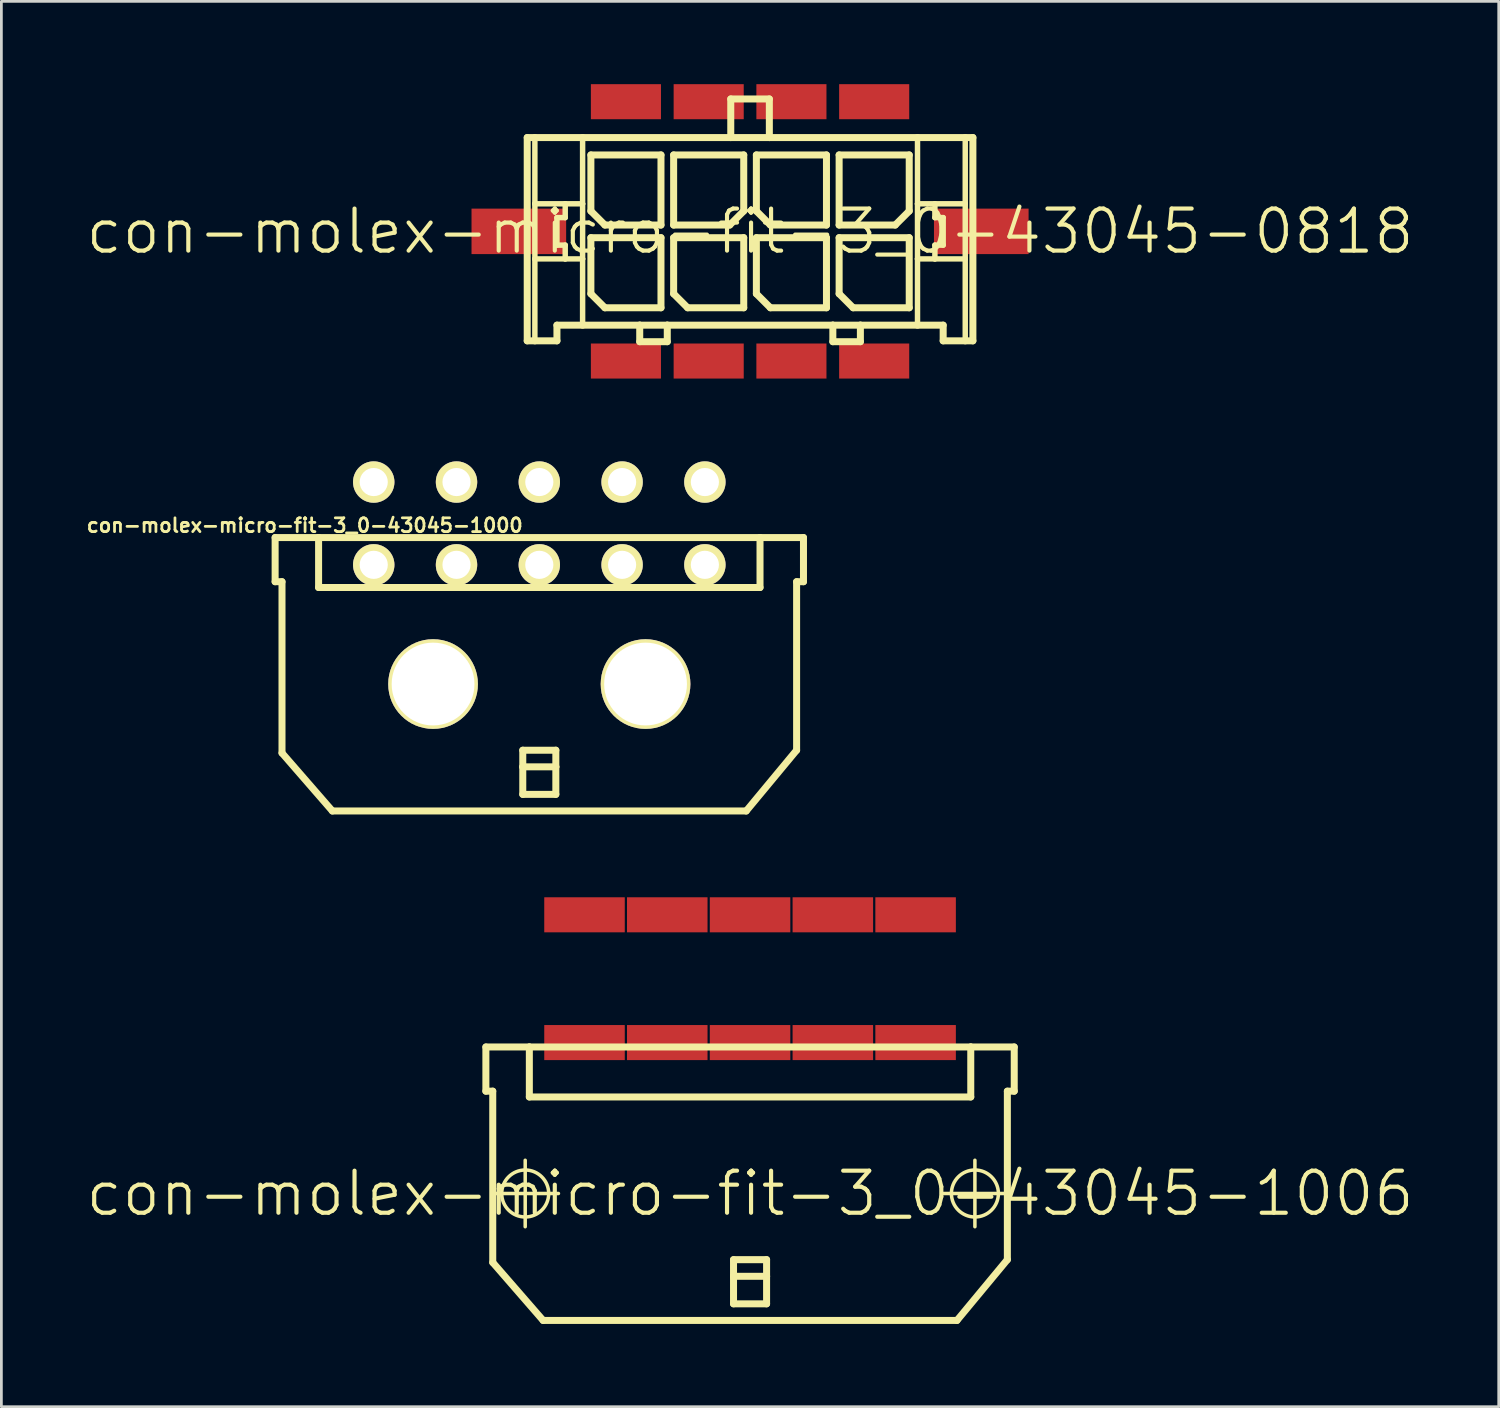
<source format=kicad_pcb>
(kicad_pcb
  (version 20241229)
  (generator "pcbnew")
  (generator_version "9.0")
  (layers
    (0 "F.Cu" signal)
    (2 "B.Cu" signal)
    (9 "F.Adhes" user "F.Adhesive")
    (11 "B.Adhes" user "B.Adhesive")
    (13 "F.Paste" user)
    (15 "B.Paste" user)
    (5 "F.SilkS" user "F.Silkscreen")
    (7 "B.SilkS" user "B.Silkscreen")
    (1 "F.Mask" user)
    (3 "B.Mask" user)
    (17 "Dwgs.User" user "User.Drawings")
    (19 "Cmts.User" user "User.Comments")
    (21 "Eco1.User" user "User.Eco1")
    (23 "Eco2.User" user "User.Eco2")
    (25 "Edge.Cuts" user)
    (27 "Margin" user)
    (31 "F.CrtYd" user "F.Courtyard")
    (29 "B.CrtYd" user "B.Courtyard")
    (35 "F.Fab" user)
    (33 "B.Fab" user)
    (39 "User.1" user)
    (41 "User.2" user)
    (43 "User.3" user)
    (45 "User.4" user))
  (footprint "con-molex-micro-fit-3_0-43045-1000"
    (layer "F.Cu")
    (at 16.493 21.738)
    (property "Reference" "con-molex-micro-fit-3_0-43045-1000" (at -8.5 -5.75 0) (layer "F.SilkS") (effects (font (size 0.5 0.5) (thickness 0.1))))
    (attr exclude_from_pos_files exclude_from_bom)
    (fp_line (start -9.573 -5.309) (end -9.573 -3.708) (stroke (width 0.254) (type solid)) (layer "F.SilkS"))
    (fp_line (start -9.573 -3.708) (end -9.324 -3.708) (stroke (width 0.254) (type solid)) (layer "F.SilkS"))
    (fp_line (start -9.324 2.499) (end -9.324 -3.708) (stroke (width 0.254) (type solid)) (layer "F.SilkS"))
    (fp_line (start -9.324 2.499) (end -7.498 4.6) (stroke (width 0.254) (type solid)) (layer "F.SilkS"))
    (fp_line (start -7.998 -5.309) (end -9.573 -5.309) (stroke (width 0.254) (type solid)) (layer "F.SilkS"))
    (fp_line (start -7.998 -5.309) (end -7.998 -3.498) (stroke (width 0.254) (type solid)) (layer "F.SilkS"))
    (fp_line (start -7.998 -5.309) (end 7.998 -5.309) (stroke (width 0.254) (type solid)) (layer "F.SilkS"))
    (fp_line (start -7.998 -3.498) (end 7.998 -3.498) (stroke (width 0.254) (type solid)) (layer "F.SilkS"))
    (fp_line (start -4.829 -5.309) (end -7.998 -5.309) (stroke (width 0.127) (type solid)) (layer "F.SilkS"))
    (fp_line (start -4.823 -5.309) (end -7.998 -5.309) (stroke (width 0.127) (type solid)) (layer "F.SilkS"))
    (fp_line (start -0.599 2.398) (end 0.599 2.398) (stroke (width 0.254) (type solid)) (layer "F.SilkS"))
    (fp_line (start -0.599 3) (end -0.599 2.398) (stroke (width 0.254) (type solid)) (layer "F.SilkS"))
    (fp_line (start -0.599 3) (end 0.599 3) (stroke (width 0.254) (type solid)) (layer "F.SilkS"))
    (fp_line (start -0.599 3.998) (end -0.599 3) (stroke (width 0.254) (type solid)) (layer "F.SilkS"))
    (fp_line (start 0.599 2.398) (end 0.599 3) (stroke (width 0.254) (type solid)) (layer "F.SilkS"))
    (fp_line (start 0.599 3) (end 0.599 3.998) (stroke (width 0.254) (type solid)) (layer "F.SilkS"))
    (fp_line (start 0.599 3.998) (end -0.599 3.998) (stroke (width 0.254) (type solid)) (layer "F.SilkS"))
    (fp_line (start 7.498 4.6) (end -7.498 4.6) (stroke (width 0.254) (type solid)) (layer "F.SilkS"))
    (fp_line (start 7.998 -5.309) (end 9.573 -5.309) (stroke (width 0.254) (type solid)) (layer "F.SilkS"))
    (fp_line (start 7.998 -3.498) (end 7.998 -5.309) (stroke (width 0.254) (type solid)) (layer "F.SilkS"))
    (fp_line (start 9.324 -3.708) (end 9.324 2.398) (stroke (width 0.254) (type solid)) (layer "F.SilkS"))
    (fp_line (start 9.324 2.398) (end 7.498 4.6) (stroke (width 0.254) (type solid)) (layer "F.SilkS"))
    (fp_line (start 9.573 -5.309) (end 9.573 -3.708) (stroke (width 0.254) (type solid)) (layer "F.SilkS"))
    (fp_line (start 9.573 -3.708) (end 9.324 -3.708) (stroke (width 0.254) (type solid)) (layer "F.SilkS"))
    (pad "1" thru_hole circle (at 6 -4.32) (size 1.5 1.5) (drill 1.02) (layers "*.Cu" "F.Mask" "F.SilkS" "F.Paste"))
    (pad "2" thru_hole circle (at 3 -4.32) (size 1.5 1.5) (drill 1.02) (layers "*.Cu" "F.Mask" "F.SilkS" "F.Paste"))
    (pad "3" thru_hole circle (at 0 -4.32) (size 1.5 1.5) (drill 1.02) (layers "*.Cu" "F.Mask" "F.SilkS" "F.Paste"))
    (pad "4" thru_hole circle (at -3 -4.32) (size 1.5 1.5) (drill 1.02) (layers "*.Cu" "F.Mask" "F.SilkS" "F.Paste"))
    (pad "5" thru_hole circle (at -6 -4.32) (size 1.5 1.5) (drill 1.02) (layers "*.Cu" "F.Mask" "F.SilkS" "F.Paste"))
    (pad "6" thru_hole circle (at 6 -7.32) (size 1.5 1.5) (drill 1.02) (layers "*.Cu" "F.Mask" "F.SilkS" "F.Paste"))
    (pad "7" thru_hole circle (at 3 -7.32) (size 1.5 1.5) (drill 1.02) (layers "*.Cu" "F.Mask" "F.SilkS" "F.Paste"))
    (pad "8" thru_hole circle (at 0 -7.32) (size 1.5 1.5) (drill 1.02) (layers "*.Cu" "F.Mask" "F.SilkS" "F.Paste"))
    (pad "9" thru_hole circle (at -3 -7.32) (size 1.5 1.5) (drill 1.02) (layers "*.Cu" "F.Mask" "F.SilkS" "F.Paste"))
    (pad "10" thru_hole circle (at -6 -7.32) (size 1.5 1.5) (drill 1.02) (layers "*.Cu" "F.Mask" "F.SilkS" "F.Paste"))
    (pad "TAB" thru_hole circle (at -3.85 0) (size 3.25 3.25) (drill 3) (layers "*.Cu" "F.Mask" "F.SilkS" "F.Paste"))
    (pad "TAB" thru_hole circle (at 3.85 0) (size 3.25 3.25) (drill 3) (layers "*.Cu" "F.Mask" "F.SilkS" "F.Paste")))
  (footprint "con-molex-micro-fit-3_0-43045-0818"
    (layer "F.Cu")
    (at 24.13 5.334)
    (property "Reference" "con-molex-micro-fit-3_0-43045-0818" (at 0 0 0) (layer "F.SilkS") (effects (font (size 1.524 1.524) (thickness 0.15))))
    (attr smd)
    (fp_line (start -8.075 -3.399) (end -7.798 -3.399) (stroke (width 0.254) (type solid)) (layer "F.SilkS"))
    (fp_line (start -8.075 3.967) (end -8.075 -3.399) (stroke (width 0.254) (type solid)) (layer "F.SilkS"))
    (fp_line (start -7.798 -3.399) (end -6.068 -3.399) (stroke (width 0.254) (type solid)) (layer "F.SilkS"))
    (fp_line (start -7.798 -0.998) (end -7.798 -3.399) (stroke (width 0.198) (type solid)) (layer "F.SilkS"))
    (fp_line (start -7.798 0.998) (end -7.798 -0.998) (stroke (width 0.198) (type solid)) (layer "F.SilkS"))
    (fp_line (start -7.798 3.967) (end -8.075 3.967) (stroke (width 0.254) (type solid)) (layer "F.SilkS"))
    (fp_line (start -7.798 3.967) (end -7.798 0.998) (stroke (width 0.198) (type solid)) (layer "F.SilkS"))
    (fp_line (start -6.998 -0.498) (end -6.998 0.498) (stroke (width 0.198) (type solid)) (layer "F.SilkS"))
    (fp_line (start -6.998 0.498) (end -6.698 0.498) (stroke (width 0.198) (type solid)) (layer "F.SilkS"))
    (fp_line (start -6.998 3.399) (end -6.998 3.967) (stroke (width 0.254) (type solid)) (layer "F.SilkS"))
    (fp_line (start -6.998 3.967) (end -7.798 3.967) (stroke (width 0.254) (type solid)) (layer "F.SilkS"))
    (fp_line (start -6.698 -0.998) (end -7.798 -0.998) (stroke (width 0.198) (type solid)) (layer "F.SilkS"))
    (fp_line (start -6.698 -0.998) (end -6.698 -0.498) (stroke (width 0.198) (type solid)) (layer "F.SilkS"))
    (fp_line (start -6.698 -0.498) (end -6.998 -0.498) (stroke (width 0.198) (type solid)) (layer "F.SilkS"))
    (fp_line (start -6.698 0.498) (end -6.698 0.998) (stroke (width 0.198) (type solid)) (layer "F.SilkS"))
    (fp_line (start -6.698 0.998) (end -7.798 0.998) (stroke (width 0.198) (type solid)) (layer "F.SilkS"))
    (fp_line (start -6.068 -3.399) (end -0.699 -3.399) (stroke (width 0.254) (type solid)) (layer "F.SilkS"))
    (fp_line (start -6.068 -0.998) (end -6.698 -0.998) (stroke (width 0.198) (type solid)) (layer "F.SilkS"))
    (fp_line (start -6.068 -0.998) (end -6.068 -3.399) (stroke (width 0.198) (type solid)) (layer "F.SilkS"))
    (fp_line (start -6.068 0.998) (end -6.698 0.998) (stroke (width 0.198) (type solid)) (layer "F.SilkS"))
    (fp_line (start -6.068 0.998) (end -6.068 -0.998) (stroke (width 0.198) (type solid)) (layer "F.SilkS"))
    (fp_line (start -6.068 3.399) (end -6.998 3.399) (stroke (width 0.254) (type solid)) (layer "F.SilkS"))
    (fp_line (start -6.068 3.399) (end -6.068 0.998) (stroke (width 0.198) (type solid)) (layer "F.SilkS"))
    (fp_line (start -5.768 -2.769) (end -3.228 -2.769) (stroke (width 0.254) (type solid)) (layer "F.SilkS"))
    (fp_line (start -5.768 -0.737) (end -5.768 -2.769) (stroke (width 0.254) (type solid)) (layer "F.SilkS"))
    (fp_line (start -5.768 0.229) (end -3.228 0.229) (stroke (width 0.254) (type solid)) (layer "F.SilkS"))
    (fp_line (start -5.768 2.261) (end -5.768 0.229) (stroke (width 0.254) (type solid)) (layer "F.SilkS"))
    (fp_line (start -5.26 -0.229) (end -5.768 -0.737) (stroke (width 0.254) (type solid)) (layer "F.SilkS"))
    (fp_line (start -5.26 2.769) (end -5.768 2.261) (stroke (width 0.254) (type solid)) (layer "F.SilkS"))
    (fp_line (start -3.998 3.399) (end -6.068 3.399) (stroke (width 0.254) (type solid)) (layer "F.SilkS"))
    (fp_line (start -3.998 3.399) (end -3.998 3.998) (stroke (width 0.254) (type solid)) (layer "F.SilkS"))
    (fp_line (start -3.998 3.998) (end -3 3.998) (stroke (width 0.254) (type solid)) (layer "F.SilkS"))
    (fp_line (start -3.228 -2.769) (end -3.228 -0.229) (stroke (width 0.254) (type solid)) (layer "F.SilkS"))
    (fp_line (start -3.228 -0.229) (end -5.26 -0.229) (stroke (width 0.254) (type solid)) (layer "F.SilkS"))
    (fp_line (start -3.228 0.229) (end -3.228 2.769) (stroke (width 0.254) (type solid)) (layer "F.SilkS"))
    (fp_line (start -3.228 2.769) (end -5.26 2.769) (stroke (width 0.254) (type solid)) (layer "F.SilkS"))
    (fp_line (start -3 3.399) (end -3.998 3.399) (stroke (width 0.254) (type solid)) (layer "F.SilkS"))
    (fp_line (start -3 3.998) (end -3 3.399) (stroke (width 0.254) (type solid)) (layer "F.SilkS"))
    (fp_line (start -2.769 -2.769) (end -2.769 -0.229) (stroke (width 0.254) (type solid)) (layer "F.SilkS"))
    (fp_line (start -2.769 -0.229) (end -0.737 -0.229) (stroke (width 0.254) (type solid)) (layer "F.SilkS"))
    (fp_line (start -2.769 0.229) (end -0.229 0.229) (stroke (width 0.254) (type solid)) (layer "F.SilkS"))
    (fp_line (start -2.769 2.261) (end -2.769 0.229) (stroke (width 0.254) (type solid)) (layer "F.SilkS"))
    (fp_line (start -2.261 2.769) (end -2.769 2.261) (stroke (width 0.254) (type solid)) (layer "F.SilkS"))
    (fp_line (start -0.737 -0.229) (end -0.229 -0.737) (stroke (width 0.254) (type solid)) (layer "F.SilkS"))
    (fp_line (start -0.699 -4.798) (end -0.699 -3.399) (stroke (width 0.254) (type solid)) (layer "F.SilkS"))
    (fp_line (start -0.699 -4.798) (end 0.699 -4.798) (stroke (width 0.254) (type solid)) (layer "F.SilkS"))
    (fp_line (start -0.699 -3.399) (end 0.699 -3.399) (stroke (width 0.254) (type solid)) (layer "F.SilkS"))
    (fp_line (start -0.229 -2.769) (end -2.769 -2.769) (stroke (width 0.254) (type solid)) (layer "F.SilkS"))
    (fp_line (start -0.229 -0.737) (end -0.229 -2.769) (stroke (width 0.254) (type solid)) (layer "F.SilkS"))
    (fp_line (start -0.229 0.229) (end -0.229 2.769) (stroke (width 0.254) (type solid)) (layer "F.SilkS"))
    (fp_line (start -0.229 2.769) (end -2.261 2.769) (stroke (width 0.254) (type solid)) (layer "F.SilkS"))
    (fp_line (start 0.229 -2.769) (end 2.769 -2.769) (stroke (width 0.254) (type solid)) (layer "F.SilkS"))
    (fp_line (start 0.229 -0.737) (end 0.229 -2.769) (stroke (width 0.254) (type solid)) (layer "F.SilkS"))
    (fp_line (start 0.229 0.229) (end 2.769 0.229) (stroke (width 0.254) (type solid)) (layer "F.SilkS"))
    (fp_line (start 0.229 2.261) (end 0.229 0.229) (stroke (width 0.254) (type solid)) (layer "F.SilkS"))
    (fp_line (start 0.699 -4.798) (end 0.699 -3.399) (stroke (width 0.254) (type solid)) (layer "F.SilkS"))
    (fp_line (start 0.699 -3.399) (end 6.068 -3.399) (stroke (width 0.254) (type solid)) (layer "F.SilkS"))
    (fp_line (start 0.737 -0.229) (end 0.229 -0.737) (stroke (width 0.254) (type solid)) (layer "F.SilkS"))
    (fp_line (start 0.737 2.769) (end 0.229 2.261) (stroke (width 0.254) (type solid)) (layer "F.SilkS"))
    (fp_line (start 2.769 -2.769) (end 2.769 -0.229) (stroke (width 0.254) (type solid)) (layer "F.SilkS"))
    (fp_line (start 2.769 -0.229) (end 0.737 -0.229) (stroke (width 0.254) (type solid)) (layer "F.SilkS"))
    (fp_line (start 2.769 0.229) (end 2.769 2.769) (stroke (width 0.254) (type solid)) (layer "F.SilkS"))
    (fp_line (start 2.769 2.769) (end 0.737 2.769) (stroke (width 0.254) (type solid)) (layer "F.SilkS"))
    (fp_line (start 3 3.399) (end -3 3.399) (stroke (width 0.254) (type solid)) (layer "F.SilkS"))
    (fp_line (start 3 3.399) (end 3 3.998) (stroke (width 0.254) (type solid)) (layer "F.SilkS"))
    (fp_line (start 3 3.998) (end 3.998 3.998) (stroke (width 0.254) (type solid)) (layer "F.SilkS"))
    (fp_line (start 3.228 -2.769) (end 3.228 -0.229) (stroke (width 0.254) (type solid)) (layer "F.SilkS"))
    (fp_line (start 3.228 -0.229) (end 5.26 -0.229) (stroke (width 0.254) (type solid)) (layer "F.SilkS"))
    (fp_line (start 3.228 0.229) (end 5.768 0.229) (stroke (width 0.254) (type solid)) (layer "F.SilkS"))
    (fp_line (start 3.228 2.261) (end 3.228 0.229) (stroke (width 0.254) (type solid)) (layer "F.SilkS"))
    (fp_line (start 3.736 2.769) (end 3.228 2.261) (stroke (width 0.254) (type solid)) (layer "F.SilkS"))
    (fp_line (start 3.998 3.399) (end 3 3.399) (stroke (width 0.254) (type solid)) (layer "F.SilkS"))
    (fp_line (start 3.998 3.998) (end 3.998 3.399) (stroke (width 0.254) (type solid)) (layer "F.SilkS"))
    (fp_line (start 5.26 -0.229) (end 5.768 -0.737) (stroke (width 0.254) (type solid)) (layer "F.SilkS"))
    (fp_line (start 5.768 -2.769) (end 3.228 -2.769) (stroke (width 0.254) (type solid)) (layer "F.SilkS"))
    (fp_line (start 5.768 -0.737) (end 5.768 -2.769) (stroke (width 0.254) (type solid)) (layer "F.SilkS"))
    (fp_line (start 5.768 0.229) (end 5.768 2.769) (stroke (width 0.254) (type solid)) (layer "F.SilkS"))
    (fp_line (start 5.768 2.769) (end 3.736 2.769) (stroke (width 0.254) (type solid)) (layer "F.SilkS"))
    (fp_line (start 6.068 -3.399) (end 6.068 -0.998) (stroke (width 0.198) (type solid)) (layer "F.SilkS"))
    (fp_line (start 6.068 -3.399) (end 7.798 -3.399) (stroke (width 0.254) (type solid)) (layer "F.SilkS"))
    (fp_line (start 6.068 -0.998) (end 6.068 0.998) (stroke (width 0.198) (type solid)) (layer "F.SilkS"))
    (fp_line (start 6.068 -0.998) (end 6.698 -0.998) (stroke (width 0.198) (type solid)) (layer "F.SilkS"))
    (fp_line (start 6.068 0.998) (end 6.068 3.399) (stroke (width 0.198) (type solid)) (layer "F.SilkS"))
    (fp_line (start 6.068 0.998) (end 6.698 0.998) (stroke (width 0.198) (type solid)) (layer "F.SilkS"))
    (fp_line (start 6.068 3.399) (end 3.998 3.399) (stroke (width 0.254) (type solid)) (layer "F.SilkS"))
    (fp_line (start 6.698 -0.998) (end 6.698 -0.498) (stroke (width 0.198) (type solid)) (layer "F.SilkS"))
    (fp_line (start 6.698 -0.998) (end 7.798 -0.998) (stroke (width 0.198) (type solid)) (layer "F.SilkS"))
    (fp_line (start 6.698 -0.498) (end 6.998 -0.498) (stroke (width 0.198) (type solid)) (layer "F.SilkS"))
    (fp_line (start 6.698 0.498) (end 6.698 0.998) (stroke (width 0.198) (type solid)) (layer "F.SilkS"))
    (fp_line (start 6.698 0.998) (end 7.798 0.998) (stroke (width 0.198) (type solid)) (layer "F.SilkS"))
    (fp_line (start 6.998 -0.498) (end 6.998 0.498) (stroke (width 0.198) (type solid)) (layer "F.SilkS"))
    (fp_line (start 6.998 0.498) (end 6.698 0.498) (stroke (width 0.198) (type solid)) (layer "F.SilkS"))
    (fp_line (start 6.998 3.399) (end 6.068 3.399) (stroke (width 0.254) (type solid)) (layer "F.SilkS"))
    (fp_line (start 6.998 3.967) (end 6.998 3.399) (stroke (width 0.254) (type solid)) (layer "F.SilkS"))
    (fp_line (start 6.998 3.967) (end 7.798 3.967) (stroke (width 0.254) (type solid)) (layer "F.SilkS"))
    (fp_line (start 7.798 -3.399) (end 8.075 -3.399) (stroke (width 0.254) (type solid)) (layer "F.SilkS"))
    (fp_line (start 7.798 -0.998) (end 7.798 -3.399) (stroke (width 0.198) (type solid)) (layer "F.SilkS"))
    (fp_line (start 7.798 0.998) (end 7.798 -0.998) (stroke (width 0.198) (type solid)) (layer "F.SilkS"))
    (fp_line (start 7.798 3.967) (end 7.798 0.998) (stroke (width 0.198) (type solid)) (layer "F.SilkS"))
    (fp_line (start 7.798 3.967) (end 8.075 3.967) (stroke (width 0.254) (type solid)) (layer "F.SilkS"))
    (fp_line (start 8.075 -3.399) (end 8.075 3.967) (stroke (width 0.254) (type solid)) (layer "F.SilkS"))
    (pad "CLIP" smd rect (at -8.379 0) (size 3.429 1.648) (layers "F.Cu" "F.Mask" "F.Paste"))
    (pad "CLIP" smd rect (at 8.379 0) (size 3.429 1.648) (layers "F.Cu" "F.Mask" "F.Paste"))
    (pad "P$1" smd rect (at 4.498 4.699) (size 2.54 1.27) (layers "F.Cu" "F.Mask" "F.Paste"))
    (pad "P$2" smd rect (at 1.499 4.699) (size 2.54 1.27) (layers "F.Cu" "F.Mask" "F.Paste"))
    (pad "P$3" smd rect (at -1.499 4.699) (size 2.54 1.27) (layers "F.Cu" "F.Mask" "F.Paste"))
    (pad "P$4" smd rect (at -4.498 4.699) (size 2.54 1.27) (layers "F.Cu" "F.Mask" "F.Paste"))
    (pad "P$5" smd rect (at 4.498 -4.699) (size 2.54 1.27) (layers "F.Cu" "F.Mask" "F.Paste"))
    (pad "P$6" smd rect (at 1.499 -4.699) (size 2.54 1.27) (layers "F.Cu" "F.Mask" "F.Paste"))
    (pad "P$7" smd rect (at -1.499 -4.699) (size 2.54 1.27) (layers "F.Cu" "F.Mask" "F.Paste"))
    (pad "P$8" smd rect (at -4.498 -4.699) (size 2.54 1.27) (layers "F.Cu" "F.Mask" "F.Paste")))
  (footprint "con-molex-micro-fit-3_0-43045-1006"
    (layer "F.Cu")
    (at 24.13 40.199)
    (property "Reference" "con-molex-micro-fit-3_0-43045-1006" (at 0 0 0) (layer "F.SilkS") (effects (font (size 1.524 1.524) (thickness 0.15))))
    (attr smd)
    (fp_line (start -9.573 -5.309) (end -9.573 -3.708) (stroke (width 0.254) (type solid)) (layer "F.SilkS"))
    (fp_line (start -9.573 -3.708) (end -9.324 -3.708) (stroke (width 0.254) (type solid)) (layer "F.SilkS"))
    (fp_line (start -9.355 0) (end -6.944 0) (stroke (width 0.127) (type solid)) (layer "F.SilkS"))
    (fp_line (start -9.324 2.499) (end -9.324 -3.708) (stroke (width 0.254) (type solid)) (layer "F.SilkS"))
    (fp_line (start -9.324 2.499) (end -7.498 4.6) (stroke (width 0.254) (type solid)) (layer "F.SilkS"))
    (fp_line (start -8.148 1.204) (end -8.148 -1.204) (stroke (width 0.127) (type solid)) (layer "F.SilkS"))
    (fp_line (start -7.998 -5.309) (end -9.573 -5.309) (stroke (width 0.254) (type solid)) (layer "F.SilkS"))
    (fp_line (start -7.998 -5.309) (end -7.998 -3.498) (stroke (width 0.254) (type solid)) (layer "F.SilkS"))
    (fp_line (start -7.998 -5.309) (end 7.998 -5.309) (stroke (width 0.254) (type solid)) (layer "F.SilkS"))
    (fp_line (start -7.998 -3.498) (end 7.998 -3.498) (stroke (width 0.254) (type solid)) (layer "F.SilkS"))
    (fp_line (start -4.829 -5.309) (end -7.998 -5.309) (stroke (width 0.127) (type solid)) (layer "F.SilkS"))
    (fp_line (start -4.823 -5.309) (end -7.998 -5.309) (stroke (width 0.127) (type solid)) (layer "F.SilkS"))
    (fp_line (start -0.599 2.398) (end 0.599 2.398) (stroke (width 0.254) (type solid)) (layer "F.SilkS"))
    (fp_line (start -0.599 3) (end -0.599 2.398) (stroke (width 0.254) (type solid)) (layer "F.SilkS"))
    (fp_line (start -0.599 3) (end 0.599 3) (stroke (width 0.254) (type solid)) (layer "F.SilkS"))
    (fp_line (start -0.599 3.998) (end -0.599 3) (stroke (width 0.254) (type solid)) (layer "F.SilkS"))
    (fp_line (start 0.599 2.398) (end 0.599 3) (stroke (width 0.254) (type solid)) (layer "F.SilkS"))
    (fp_line (start 0.599 3) (end 0.599 3.998) (stroke (width 0.254) (type solid)) (layer "F.SilkS"))
    (fp_line (start 0.599 3.998) (end -0.599 3.998) (stroke (width 0.254) (type solid)) (layer "F.SilkS"))
    (fp_line (start 6.944 0) (end 9.355 0) (stroke (width 0.127) (type solid)) (layer "F.SilkS"))
    (fp_line (start 7.498 4.6) (end -7.498 4.6) (stroke (width 0.254) (type solid)) (layer "F.SilkS"))
    (fp_line (start 7.998 -5.309) (end 9.573 -5.309) (stroke (width 0.254) (type solid)) (layer "F.SilkS"))
    (fp_line (start 7.998 -3.498) (end 7.998 -5.309) (stroke (width 0.254) (type solid)) (layer "F.SilkS"))
    (fp_line (start 8.148 1.204) (end 8.148 -1.204) (stroke (width 0.127) (type solid)) (layer "F.SilkS"))
    (fp_line (start 9.324 -3.708) (end 9.324 2.398) (stroke (width 0.254) (type solid)) (layer "F.SilkS"))
    (fp_line (start 9.324 2.398) (end 7.498 4.6) (stroke (width 0.254) (type solid)) (layer "F.SilkS"))
    (fp_line (start 9.573 -5.309) (end 9.573 -3.708) (stroke (width 0.254) (type solid)) (layer "F.SilkS"))
    (fp_line (start 9.573 -3.708) (end 9.324 -3.708) (stroke (width 0.254) (type solid)) (layer "F.SilkS"))
    (fp_circle (center -8.148 0) (end -8.75 0.602) (stroke (width 0.127) (type solid)) (fill no) (layer "F.SilkS"))
    (fp_circle (center 8.148 0) (end 8.75 0.602) (stroke (width 0.127) (type solid)) (fill no) (layer "F.SilkS"))
    (pad "P$1" smd rect (at 5.999 -5.469) (size 2.918 1.27) (layers "F.Cu" "F.Mask" "F.Paste"))
    (pad "P$2" smd rect (at 3 -5.469) (size 2.918 1.27) (layers "F.Cu" "F.Mask" "F.Paste"))
    (pad "P$3" smd rect (at 0 -5.469) (size 2.918 1.27) (layers "F.Cu" "F.Mask" "F.Paste"))
    (pad "P$4" smd rect (at -3 -5.469) (size 2.918 1.27) (layers "F.Cu" "F.Mask" "F.Paste"))
    (pad "P$5" smd rect (at -5.999 -5.469) (size 2.918 1.27) (layers "F.Cu" "F.Mask" "F.Paste"))
    (pad "P$6" smd rect (at 5.999 -10.099) (size 2.918 1.27) (layers "F.Cu" "F.Mask" "F.Paste"))
    (pad "P$7" smd rect (at 3 -10.099) (size 2.918 1.27) (layers "F.Cu" "F.Mask" "F.Paste"))
    (pad "P$8" smd rect (at 0 -10.099) (size 2.918 1.27) (layers "F.Cu" "F.Mask" "F.Paste"))
    (pad "P$9" smd rect (at -3 -10.099) (size 2.918 1.27) (layers "F.Cu" "F.Mask" "F.Paste"))
    (pad "P$10" smd rect (at -5.999 -10.099) (size 2.918 1.27) (layers "F.Cu" "F.Mask" "F.Paste")))
  (gr_rect
    (start -3 -3)
    (end 51.26 47.926)
    (stroke (width 0.1) (type default))
    (fill no)
    (layer "Edge.Cuts")))
</source>
